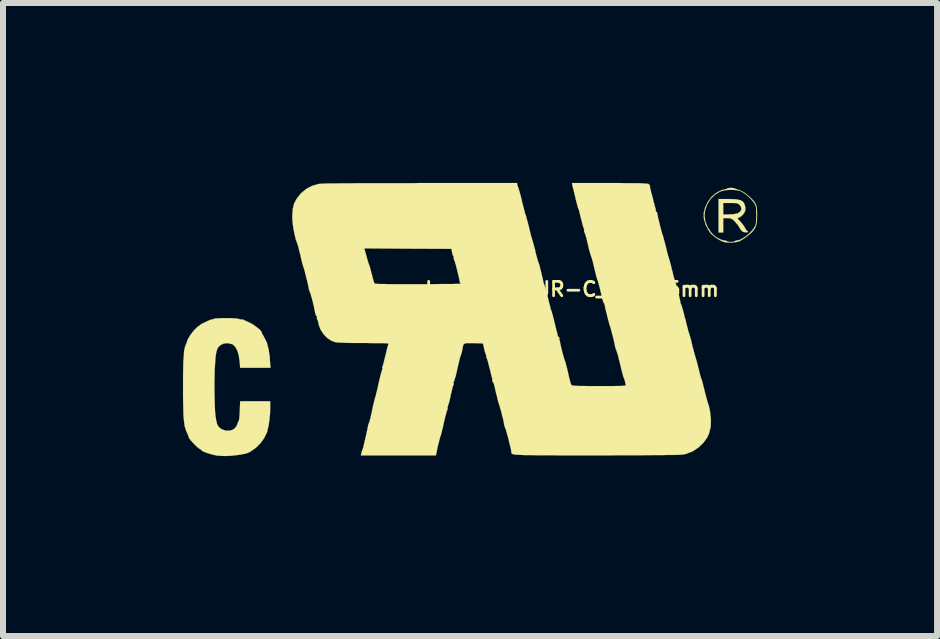
<source format=kicad_pcb>
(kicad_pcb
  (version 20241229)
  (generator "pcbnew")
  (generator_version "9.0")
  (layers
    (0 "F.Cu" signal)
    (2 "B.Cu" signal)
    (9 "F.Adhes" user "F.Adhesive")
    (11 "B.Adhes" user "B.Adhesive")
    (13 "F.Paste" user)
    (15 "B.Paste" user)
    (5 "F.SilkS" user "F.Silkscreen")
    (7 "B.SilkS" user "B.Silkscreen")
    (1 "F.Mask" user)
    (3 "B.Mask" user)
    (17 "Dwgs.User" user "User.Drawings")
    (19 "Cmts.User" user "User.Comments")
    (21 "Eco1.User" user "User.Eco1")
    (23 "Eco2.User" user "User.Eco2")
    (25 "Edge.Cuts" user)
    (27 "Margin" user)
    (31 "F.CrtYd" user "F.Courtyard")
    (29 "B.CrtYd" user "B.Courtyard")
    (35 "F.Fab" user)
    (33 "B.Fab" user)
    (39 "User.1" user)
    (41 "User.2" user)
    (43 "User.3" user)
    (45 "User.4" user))
  (footprint "Logo_silk_UR-C_10x4.5mm"
    (layer "F.Cu")
    (at 4.787 2.272)
    (property "Reference" "Logo_silk_UR-C_10x4.5mm" (at 1.7 -0.5 0) (layer "F.SilkS") (effects (font (size 0.239 0.239) (thickness 0.046))))
    (attr through_hole)
    (fp_poly (pts (xy 4.633 -1.46) (xy 4.623 -1.448) (xy 4.597 -1.448) (xy 4.564 -1.453) (xy 4.539 -1.463) (xy 4.531 -1.471) (xy 4.508 -1.499) (xy 4.488 -1.532) (xy 4.468 -1.565) (xy 4.435 -1.603) (xy 4.415 -1.628) (xy 4.381 -1.661) (xy 4.354 -1.676) (xy 4.323 -1.684) (xy 4.29 -1.684) (xy 4.221 -1.684) (xy 4.221 -1.565) (xy 4.221 -1.445) (xy 4.181 -1.445) (xy 4.143 -1.445) (xy 4.143 -1.725) (xy 4.143 -2.004) (xy 4.303 -2.004) (xy 4.392 -2.002) (xy 4.458 -1.996) (xy 4.508 -1.984) (xy 4.542 -1.966) (xy 4.567 -1.938) (xy 4.572 -1.925) (xy 4.592 -1.862) (xy 4.587 -1.803) (xy 4.554 -1.748) (xy 4.524 -1.72) (xy 4.524 -1.834) (xy 4.516 -1.875) (xy 4.496 -1.902) (xy 4.478 -1.92) (xy 4.458 -1.93) (xy 4.432 -1.935) (xy 4.392 -1.938) (xy 4.343 -1.938) (xy 4.221 -1.938) (xy 4.221 -1.841) (xy 4.221 -1.745) (xy 4.326 -1.748) (xy 4.381 -1.75) (xy 4.43 -1.758) (xy 4.46 -1.765) (xy 4.463 -1.765) (xy 4.506 -1.798) (xy 4.524 -1.834) (xy 4.524 -1.72) (xy 4.521 -1.717) (xy 4.491 -1.697) (xy 4.483 -1.694) (xy 4.465 -1.689) (xy 4.463 -1.679) (xy 4.473 -1.664) (xy 4.501 -1.633) (xy 4.506 -1.628) (xy 4.542 -1.587) (xy 4.572 -1.544) (xy 4.585 -1.521) (xy 4.602 -1.491) (xy 4.618 -1.473) (xy 4.62 -1.473) (xy 4.633 -1.463) (xy 4.633 -1.46)) (stroke (width 0.003) (type solid)) (fill yes) (layer "F.SilkS"))
    (fp_poly (pts (xy 4.785 -1.737) (xy 4.783 -1.648) (xy 4.773 -1.575) (xy 4.773 -1.722) (xy 4.773 -1.732) (xy 4.77 -1.798) (xy 4.77 -1.844) (xy 4.765 -1.877) (xy 4.755 -1.905) (xy 4.74 -1.933) (xy 4.737 -1.938) (xy 4.696 -1.989) (xy 4.643 -2.045) (xy 4.582 -2.093) (xy 4.524 -2.131) (xy 4.514 -2.134) (xy 4.46 -2.149) (xy 4.392 -2.156) (xy 4.315 -2.156) (xy 4.242 -2.149) (xy 4.178 -2.131) (xy 4.163 -2.126) (xy 4.079 -2.073) (xy 4.008 -2.002) (xy 3.952 -1.913) (xy 3.917 -1.808) (xy 3.909 -1.72) (xy 3.924 -1.626) (xy 3.962 -1.532) (xy 4.021 -1.445) (xy 4.041 -1.422) (xy 4.082 -1.384) (xy 4.135 -1.351) (xy 4.186 -1.326) (xy 4.232 -1.313) (xy 4.242 -1.313) (xy 4.27 -1.308) (xy 4.282 -1.3) (xy 4.298 -1.293) (xy 4.333 -1.288) (xy 4.348 -1.288) (xy 4.384 -1.29) (xy 4.409 -1.298) (xy 4.415 -1.3) (xy 4.432 -1.311) (xy 4.453 -1.313) (xy 4.496 -1.323) (xy 4.549 -1.351) (xy 4.608 -1.389) (xy 4.663 -1.438) (xy 4.709 -1.488) (xy 4.737 -1.527) (xy 4.752 -1.554) (xy 4.763 -1.582) (xy 4.768 -1.615) (xy 4.77 -1.659) (xy 4.773 -1.722) (xy 4.773 -1.575) (xy 4.75 -1.516) (xy 4.714 -1.466) (xy 4.663 -1.417) (xy 4.59 -1.361) (xy 4.572 -1.349) (xy 4.524 -1.318) (xy 4.486 -1.298) (xy 4.45 -1.288) (xy 4.407 -1.283) (xy 4.381 -1.28) (xy 4.328 -1.28) (xy 4.28 -1.28) (xy 4.249 -1.283) (xy 4.204 -1.298) (xy 4.145 -1.328) (xy 4.087 -1.367) (xy 4.039 -1.407) (xy 4.018 -1.425) (xy 3.97 -1.491) (xy 3.929 -1.57) (xy 3.904 -1.656) (xy 3.896 -1.687) (xy 3.896 -1.773) (xy 3.919 -1.862) (xy 3.96 -1.951) (xy 4.016 -2.029) (xy 4.039 -2.052) (xy 4.089 -2.095) (xy 4.148 -2.131) (xy 4.201 -2.154) (xy 4.244 -2.164) (xy 4.272 -2.169) (xy 4.282 -2.177) (xy 4.3 -2.184) (xy 4.333 -2.189) (xy 4.374 -2.189) (xy 4.407 -2.182) (xy 4.417 -2.177) (xy 4.445 -2.167) (xy 4.486 -2.154) (xy 4.493 -2.151) (xy 4.539 -2.131) (xy 4.592 -2.098) (xy 4.648 -2.052) (xy 4.699 -2.004) (xy 4.74 -1.958) (xy 4.755 -1.933) (xy 4.77 -1.902) (xy 4.778 -1.869) (xy 4.783 -1.826) (xy 4.785 -1.768) (xy 4.785 -1.737)) (stroke (width 0.003) (type solid)) (fill yes) (layer "F.SilkS"))
    (fp_poly (pts (xy -3.327 0.81) (xy -3.581 0.81) (xy -3.833 0.81) (xy -3.843 0.696) (xy -3.856 0.605) (xy -3.879 0.526) (xy -3.912 0.465) (xy -3.952 0.424) (xy -3.975 0.414) (xy -4.044 0.399) (xy -4.107 0.406) (xy -4.163 0.432) (xy -4.204 0.475) (xy -4.214 0.495) (xy -4.229 0.544) (xy -4.242 0.617) (xy -4.249 0.716) (xy -4.257 0.833) (xy -4.26 0.973) (xy -4.262 1.113) (xy -4.26 1.273) (xy -4.257 1.41) (xy -4.252 1.524) (xy -4.244 1.615) (xy -4.232 1.687) (xy -4.219 1.742) (xy -4.201 1.781) (xy -4.188 1.798) (xy -4.138 1.836) (xy -4.074 1.857) (xy -4.008 1.857) (xy -3.967 1.847) (xy -3.932 1.826) (xy -3.901 1.791) (xy -3.881 1.755) (xy -3.876 1.737) (xy -3.868 1.714) (xy -3.863 1.709) (xy -3.856 1.694) (xy -3.848 1.656) (xy -3.843 1.595) (xy -3.84 1.534) (xy -3.833 1.367) (xy -3.581 1.367) (xy -3.332 1.367) (xy -3.332 1.488) (xy -3.335 1.58) (xy -3.345 1.676) (xy -3.358 1.768) (xy -3.376 1.849) (xy -3.388 1.892) (xy -3.432 1.981) (xy -3.495 2.068) (xy -3.571 2.144) (xy -3.658 2.205) (xy -3.678 2.217) (xy -3.729 2.238) (xy -3.802 2.253) (xy -3.889 2.266) (xy -3.98 2.276) (xy -4.072 2.281) (xy -4.158 2.278) (xy -4.229 2.273) (xy -4.247 2.268) (xy -4.31 2.253) (xy -4.369 2.235) (xy -4.422 2.217) (xy -4.46 2.2) (xy -4.478 2.184) (xy -4.478 2.182) (xy -4.496 2.167) (xy -4.506 2.164) (xy -4.521 2.154) (xy -4.549 2.131) (xy -4.585 2.098) (xy -4.62 2.06) (xy -4.653 2.024) (xy -4.676 1.996) (xy -4.686 1.979) (xy -4.691 1.961) (xy -4.704 1.928) (xy -4.709 1.915) (xy -4.724 1.882) (xy -4.732 1.862) (xy -4.735 1.859) (xy -4.74 1.841) (xy -4.742 1.831) (xy -4.755 1.796) (xy -4.763 1.75) (xy -4.77 1.692) (xy -4.778 1.615) (xy -4.78 1.524) (xy -4.783 1.41) (xy -4.785 1.275) (xy -4.785 1.135) (xy -4.785 0.965) (xy -4.783 0.823) (xy -4.78 0.704) (xy -4.773 0.607) (xy -4.768 0.531) (xy -4.757 0.478) (xy -4.747 0.442) (xy -4.742 0.432) (xy -4.735 0.414) (xy -4.732 0.411) (xy -4.709 0.34) (xy -4.666 0.267) (xy -4.61 0.193) (xy -4.547 0.13) (xy -4.481 0.081) (xy -4.458 0.069) (xy -4.392 0.038) (xy -4.343 0.015) (xy -4.313 0.005) (xy -4.308 0.005) (xy -4.285 0) (xy -4.267 -0.008) (xy -4.242 -0.013) (xy -4.196 -0.015) (xy -4.138 -0.018) (xy -4.074 -0.018) (xy -4.006 -0.018) (xy -3.945 -0.015) (xy -3.894 -0.013) (xy -3.858 -0.005) (xy -3.848 -0.003) (xy -3.828 0.005) (xy -3.818 0.003) (xy -3.802 0.003) (xy -3.78 0.008) (xy -3.752 0.023) (xy -3.711 0.041) (xy -3.673 0.058) (xy -3.63 0.081) (xy -3.584 0.112) (xy -3.541 0.145) (xy -3.505 0.175) (xy -3.482 0.201) (xy -3.477 0.213) (xy -3.472 0.229) (xy -3.454 0.262) (xy -3.437 0.292) (xy -3.388 0.389) (xy -3.358 0.505) (xy -3.338 0.643) (xy -3.338 0.673) (xy -3.327 0.81)) (stroke (width 0.003) (type solid)) (fill yes) (layer "F.SilkS"))
    (fp_poly (pts (xy 4.016 1.681) (xy 4.011 1.801) (xy 3.983 1.908) (xy 3.955 1.971) (xy 3.889 2.062) (xy 3.805 2.141) (xy 3.708 2.205) (xy 3.602 2.245) (xy 3.551 2.256) (xy 3.526 2.258) (xy 3.472 2.261) (xy 3.399 2.263) (xy 3.299 2.263) (xy 3.18 2.266) (xy 3.04 2.266) (xy 2.88 2.268) (xy 2.705 2.268) (xy 2.512 2.268) (xy 2.304 2.271) (xy 2.101 2.271) (xy 1.875 2.271) (xy 1.676 2.271) (xy 1.501 2.271) (xy 1.349 2.268) (xy 1.214 2.268) (xy 1.102 2.268) (xy 1.006 2.266) (xy 0.925 2.266) (xy 0.861 2.263) (xy 0.81 2.261) (xy 0.77 2.258) (xy 0.739 2.256) (xy 0.716 2.25) (xy 0.704 2.245) (xy 0.696 2.24) (xy 0.691 2.235) (xy 0.688 2.228) (xy 0.688 2.217) (xy 0.686 2.195) (xy 0.678 2.151) (xy 0.663 2.095) (xy 0.648 2.032) (xy 0.632 1.966) (xy 0.615 1.908) (xy 0.602 1.859) (xy 0.592 1.826) (xy 0.589 1.824) (xy 0.577 1.791) (xy 0.569 1.768) (xy 0.569 1.765) (xy 0.566 1.745) (xy 0.559 1.704) (xy 0.546 1.648) (xy 0.531 1.59) (xy 0.518 1.534) (xy 0.503 1.486) (xy 0.493 1.45) (xy 0.49 1.44) (xy 0.48 1.412) (xy 0.465 1.361) (xy 0.45 1.295) (xy 0.429 1.214) (xy 0.409 1.125) (xy 0.399 1.085) (xy 0.389 1.057) (xy 0.381 1.049) (xy 0.371 1.036) (xy 0.371 1.024) (xy 0.371 0.993) (xy 0.366 0.98) (xy 0.361 0.96) (xy 0.351 0.922) (xy 0.338 0.866) (xy 0.323 0.81) (xy 0.307 0.747) (xy 0.295 0.696) (xy 0.282 0.658) (xy 0.274 0.64) (xy 0.267 0.62) (xy 0.269 0.612) (xy 0.269 0.597) (xy 0.267 0.594) (xy 0.259 0.579) (xy 0.249 0.546) (xy 0.236 0.5) (xy 0.236 0.498) (xy 0.216 0.404) (xy 0.056 0.399) (xy -0.01 0.399) (xy -0.056 0.399) (xy -0.086 0.404) (xy -0.104 0.417) (xy -0.117 0.442) (xy -0.124 0.483) (xy -0.132 0.523) (xy -0.142 0.566) (xy -0.152 0.597) (xy -0.155 0.602) (xy -0.155 -0.592) (xy -0.17 -0.61) (xy -0.17 -0.617) (xy -0.175 -0.643) (xy -0.183 -0.683) (xy -0.196 -0.739) (xy -0.211 -0.8) (xy -0.226 -0.861) (xy -0.241 -0.917) (xy -0.254 -0.96) (xy -0.264 -0.986) (xy -0.267 -0.991) (xy -0.274 -1.016) (xy -0.272 -1.029) (xy -0.272 -1.044) (xy -0.277 -1.046) (xy -0.284 -1.059) (xy -0.295 -1.09) (xy -0.3 -1.11) (xy -0.31 -1.173) (xy -1.036 -1.176) (xy -1.763 -1.181) (xy -1.727 -1.052) (xy -1.712 -0.996) (xy -1.699 -0.953) (xy -1.689 -0.922) (xy -1.687 -0.914) (xy -1.679 -0.899) (xy -1.669 -0.866) (xy -1.661 -0.836) (xy -1.646 -0.777) (xy -1.628 -0.714) (xy -1.623 -0.688) (xy -1.61 -0.645) (xy -1.6 -0.612) (xy -1.598 -0.599) (xy -1.59 -0.597) (xy -1.575 -0.592) (xy -1.542 -0.589) (xy -1.496 -0.587) (xy -1.433 -0.587) (xy -1.351 -0.584) (xy -1.25 -0.584) (xy -1.128 -0.584) (xy -0.98 -0.584) (xy -0.866 -0.584) (xy -0.729 -0.584) (xy -0.602 -0.584) (xy -0.488 -0.587) (xy -0.386 -0.587) (xy -0.3 -0.587) (xy -0.231 -0.589) (xy -0.183 -0.589) (xy -0.157 -0.592) (xy -0.155 -0.592) (xy -0.155 0.602) (xy -0.157 0.61) (xy -0.163 0.625) (xy -0.173 0.66) (xy -0.185 0.714) (xy -0.201 0.777) (xy -0.211 0.823) (xy -0.226 0.892) (xy -0.241 0.955) (xy -0.257 1.001) (xy -0.264 1.031) (xy -0.269 1.036) (xy -0.277 1.054) (xy -0.274 1.064) (xy -0.272 1.09) (xy -0.277 1.095) (xy -0.284 1.113) (xy -0.295 1.151) (xy -0.307 1.204) (xy -0.323 1.265) (xy -0.323 1.273) (xy -0.338 1.339) (xy -0.351 1.392) (xy -0.363 1.43) (xy -0.371 1.45) (xy -0.376 1.473) (xy -0.373 1.481) (xy -0.376 1.506) (xy -0.381 1.516) (xy -0.389 1.534) (xy -0.399 1.575) (xy -0.414 1.628) (xy -0.429 1.694) (xy -0.437 1.725) (xy -0.452 1.796) (xy -0.467 1.857) (xy -0.48 1.908) (xy -0.488 1.938) (xy -0.49 1.946) (xy -0.5 1.968) (xy -0.511 2.012) (xy -0.523 2.065) (xy -0.531 2.09) (xy -0.544 2.146) (xy -0.554 2.197) (xy -0.561 2.233) (xy -0.564 2.24) (xy -0.569 2.271) (xy -1.196 2.271) (xy -1.821 2.271) (xy -1.811 2.228) (xy -1.801 2.192) (xy -1.791 2.172) (xy -1.791 2.169) (xy -1.786 2.154) (xy -1.775 2.113) (xy -1.763 2.06) (xy -1.748 1.994) (xy -1.73 1.92) (xy -1.714 1.844) (xy -1.704 1.791) (xy -1.697 1.758) (xy -1.687 1.732) (xy -1.679 1.714) (xy -1.669 1.676) (xy -1.656 1.623) (xy -1.641 1.557) (xy -1.633 1.519) (xy -1.618 1.448) (xy -1.603 1.384) (xy -1.59 1.333) (xy -1.582 1.3) (xy -1.577 1.293) (xy -1.572 1.273) (xy -1.562 1.229) (xy -1.547 1.171) (xy -1.532 1.102) (xy -1.527 1.074) (xy -1.509 1.003) (xy -1.494 0.94) (xy -1.481 0.892) (xy -1.473 0.859) (xy -1.468 0.851) (xy -1.46 0.826) (xy -1.463 0.813) (xy -1.466 0.798) (xy -1.46 0.79) (xy -1.453 0.772) (xy -1.443 0.734) (xy -1.43 0.681) (xy -1.415 0.617) (xy -1.412 0.61) (xy -1.397 0.546) (xy -1.384 0.49) (xy -1.372 0.45) (xy -1.367 0.429) (xy -1.364 0.429) (xy -1.359 0.411) (xy -1.361 0.406) (xy -1.377 0.404) (xy -1.415 0.401) (xy -1.473 0.399) (xy -1.549 0.399) (xy -1.636 0.399) (xy -1.735 0.396) (xy -1.773 0.396) (xy -1.877 0.396) (xy -1.976 0.396) (xy -2.065 0.394) (xy -2.141 0.391) (xy -2.2 0.389) (xy -2.238 0.384) (xy -2.243 0.384) (xy -2.314 0.358) (xy -2.383 0.312) (xy -2.443 0.249) (xy -2.492 0.175) (xy -2.522 0.097) (xy -2.527 0.069) (xy -2.535 0.033) (xy -2.545 0.01) (xy -2.548 0.005) (xy -2.555 -0.008) (xy -2.553 -0.025) (xy -2.553 -0.046) (xy -2.558 -0.051) (xy -2.57 -0.064) (xy -2.578 -0.091) (xy -2.581 -0.094) (xy -2.591 -0.147) (xy -2.603 -0.208) (xy -2.619 -0.274) (xy -2.634 -0.335) (xy -2.649 -0.386) (xy -2.659 -0.424) (xy -2.667 -0.442) (xy -2.677 -0.465) (xy -2.687 -0.5) (xy -2.687 -0.503) (xy -2.7 -0.566) (xy -2.715 -0.635) (xy -2.733 -0.701) (xy -2.748 -0.765) (xy -2.761 -0.815) (xy -2.771 -0.848) (xy -2.774 -0.856) (xy -2.781 -0.879) (xy -2.794 -0.919) (xy -2.809 -0.978) (xy -2.824 -1.044) (xy -2.827 -1.062) (xy -2.845 -1.13) (xy -2.86 -1.194) (xy -2.875 -1.245) (xy -2.885 -1.278) (xy -2.888 -1.28) (xy -2.908 -1.339) (xy -2.926 -1.415) (xy -2.944 -1.504) (xy -2.957 -1.593) (xy -2.964 -1.676) (xy -2.964 -1.725) (xy -2.957 -1.834) (xy -2.934 -1.928) (xy -2.891 -2.009) (xy -2.827 -2.09) (xy -2.817 -2.101) (xy -2.728 -2.174) (xy -2.631 -2.225) (xy -2.52 -2.256) (xy -2.517 -2.256) (xy -2.492 -2.258) (xy -2.438 -2.261) (xy -2.362 -2.263) (xy -2.261 -2.263) (xy -2.136 -2.266) (xy -1.991 -2.266) (xy -1.824 -2.268) (xy -1.633 -2.268) (xy -1.427 -2.268) (xy -1.199 -2.268) (xy -0.955 -2.268) (xy -0.826 -2.271) (xy 0.782 -2.271) (xy 0.79 -2.233) (xy 0.8 -2.202) (xy 0.808 -2.184) (xy 0.815 -2.159) (xy 0.815 -2.156) (xy 0.823 -2.134) (xy 0.826 -2.123) (xy 0.831 -2.103) (xy 0.843 -2.062) (xy 0.856 -2.009) (xy 0.871 -1.943) (xy 0.874 -1.93) (xy 0.892 -1.864) (xy 0.907 -1.806) (xy 0.919 -1.76) (xy 0.927 -1.735) (xy 0.93 -1.732) (xy 0.937 -1.709) (xy 0.947 -1.666) (xy 0.963 -1.61) (xy 0.98 -1.544) (xy 0.983 -1.532) (xy 0.998 -1.466) (xy 1.013 -1.407) (xy 1.026 -1.361) (xy 1.034 -1.336) (xy 1.034 -1.333) (xy 1.041 -1.311) (xy 1.054 -1.267) (xy 1.069 -1.212) (xy 1.087 -1.146) (xy 1.087 -1.14) (xy 1.102 -1.074) (xy 1.118 -1.019) (xy 1.13 -0.973) (xy 1.14 -0.95) (xy 1.14 -0.947) (xy 1.148 -0.925) (xy 1.161 -0.884) (xy 1.173 -0.831) (xy 1.189 -0.772) (xy 1.201 -0.714) (xy 1.214 -0.665) (xy 1.219 -0.632) (xy 1.222 -0.622) (xy 1.227 -0.602) (xy 1.24 -0.569) (xy 1.24 -0.566) (xy 1.25 -0.536) (xy 1.265 -0.488) (xy 1.28 -0.427) (xy 1.298 -0.358) (xy 1.3 -0.351) (xy 1.316 -0.284) (xy 1.331 -0.229) (xy 1.341 -0.183) (xy 1.349 -0.16) (xy 1.349 -0.157) (xy 1.359 -0.132) (xy 1.361 -0.124) (xy 1.367 -0.102) (xy 1.372 -0.091) (xy 1.377 -0.071) (xy 1.387 -0.03) (xy 1.4 0.02) (xy 1.412 0.071) (xy 1.427 0.132) (xy 1.44 0.185) (xy 1.45 0.221) (xy 1.455 0.239) (xy 1.46 0.267) (xy 1.46 0.274) (xy 1.468 0.29) (xy 1.473 0.292) (xy 1.486 0.302) (xy 1.486 0.31) (xy 1.488 0.333) (xy 1.499 0.376) (xy 1.509 0.429) (xy 1.524 0.49) (xy 1.539 0.551) (xy 1.554 0.607) (xy 1.567 0.65) (xy 1.575 0.678) (xy 1.577 0.683) (xy 1.585 0.699) (xy 1.595 0.737) (xy 1.61 0.792) (xy 1.626 0.859) (xy 1.633 0.889) (xy 1.648 0.958) (xy 1.664 1.019) (xy 1.676 1.064) (xy 1.687 1.092) (xy 1.689 1.097) (xy 1.699 1.102) (xy 1.722 1.107) (xy 1.76 1.11) (xy 1.816 1.113) (xy 1.892 1.113) (xy 1.991 1.115) (xy 2.111 1.115) (xy 2.151 1.115) (xy 2.273 1.115) (xy 2.372 1.115) (xy 2.449 1.113) (xy 2.504 1.113) (xy 2.545 1.11) (xy 2.573 1.107) (xy 2.588 1.105) (xy 2.596 1.1) (xy 2.596 1.095) (xy 2.596 1.092) (xy 2.588 1.062) (xy 2.581 1.029) (xy 2.57 0.996) (xy 2.563 0.975) (xy 2.555 0.958) (xy 2.545 0.919) (xy 2.53 0.866) (xy 2.515 0.803) (xy 2.51 0.782) (xy 2.494 0.716) (xy 2.479 0.658) (xy 2.469 0.612) (xy 2.461 0.587) (xy 2.459 0.584) (xy 2.451 0.556) (xy 2.449 0.551) (xy 2.443 0.528) (xy 2.431 0.5) (xy 2.421 0.47) (xy 2.416 0.45) (xy 2.413 0.427) (xy 2.403 0.386) (xy 2.393 0.335) (xy 2.377 0.277) (xy 2.362 0.218) (xy 2.349 0.17) (xy 2.339 0.137) (xy 2.337 0.124) (xy 2.327 0.102) (xy 2.316 0.058) (xy 2.301 0.005) (xy 2.286 -0.056) (xy 2.271 -0.117) (xy 2.256 -0.173) (xy 2.248 -0.218) (xy 2.243 -0.241) (xy 2.243 -0.244) (xy 2.238 -0.262) (xy 2.233 -0.264) (xy 2.225 -0.277) (xy 2.215 -0.307) (xy 2.205 -0.34) (xy 2.179 -0.45) (xy 2.159 -0.536) (xy 2.141 -0.602) (xy 2.129 -0.643) (xy 2.123 -0.655) (xy 2.116 -0.678) (xy 2.103 -0.721) (xy 2.09 -0.777) (xy 2.073 -0.843) (xy 2.07 -0.856) (xy 2.055 -0.922) (xy 2.04 -0.98) (xy 2.027 -1.026) (xy 2.017 -1.052) (xy 2.017 -1.054) (xy 2.009 -1.077) (xy 1.996 -1.12) (xy 1.981 -1.176) (xy 1.966 -1.242) (xy 1.963 -1.252) (xy 1.948 -1.318) (xy 1.933 -1.374) (xy 1.92 -1.417) (xy 1.91 -1.44) (xy 1.908 -1.443) (xy 1.9 -1.468) (xy 1.902 -1.478) (xy 1.902 -1.501) (xy 1.897 -1.509) (xy 1.892 -1.524) (xy 1.88 -1.562) (xy 1.867 -1.613) (xy 1.852 -1.671) (xy 1.836 -1.732) (xy 1.824 -1.786) (xy 1.814 -1.821) (xy 1.806 -1.839) (xy 1.798 -1.862) (xy 1.798 -1.864) (xy 1.791 -1.887) (xy 1.788 -1.897) (xy 1.783 -1.918) (xy 1.773 -1.956) (xy 1.76 -2.009) (xy 1.745 -2.073) (xy 1.73 -2.136) (xy 1.714 -2.197) (xy 1.704 -2.24) (xy 1.699 -2.271) (xy 2.329 -2.271) (xy 2.479 -2.271) (xy 2.603 -2.268) (xy 2.705 -2.268) (xy 2.786 -2.268) (xy 2.852 -2.266) (xy 2.901 -2.263) (xy 2.936 -2.261) (xy 2.959 -2.258) (xy 2.974 -2.256) (xy 2.982 -2.25) (xy 2.997 -2.228) (xy 3 -2.212) (xy 3.002 -2.187) (xy 3.005 -2.177) (xy 3.01 -2.156) (xy 3.02 -2.116) (xy 3.035 -2.062) (xy 3.048 -2.012) (xy 3.063 -1.951) (xy 3.076 -1.9) (xy 3.086 -1.864) (xy 3.091 -1.852) (xy 3.096 -1.826) (xy 3.096 -1.814) (xy 3.099 -1.796) (xy 3.106 -1.791) (xy 3.119 -1.781) (xy 3.119 -1.77) (xy 3.124 -1.75) (xy 3.132 -1.707) (xy 3.145 -1.651) (xy 3.16 -1.59) (xy 3.175 -1.529) (xy 3.19 -1.473) (xy 3.203 -1.427) (xy 3.211 -1.402) (xy 3.213 -1.4) (xy 3.221 -1.377) (xy 3.231 -1.333) (xy 3.246 -1.278) (xy 3.264 -1.212) (xy 3.266 -1.201) (xy 3.282 -1.135) (xy 3.297 -1.077) (xy 3.31 -1.034) (xy 3.317 -1.008) (xy 3.325 -0.988) (xy 3.335 -0.947) (xy 3.35 -0.892) (xy 3.365 -0.826) (xy 3.373 -0.803) (xy 3.388 -0.734) (xy 3.404 -0.678) (xy 3.416 -0.635) (xy 3.421 -0.612) (xy 3.424 -0.61) (xy 3.429 -0.594) (xy 3.442 -0.561) (xy 3.454 -0.513) (xy 3.467 -0.46) (xy 3.482 -0.401) (xy 3.493 -0.351) (xy 3.503 -0.312) (xy 3.505 -0.29) (xy 3.51 -0.269) (xy 3.523 -0.236) (xy 3.523 -0.234) (xy 3.533 -0.206) (xy 3.548 -0.157) (xy 3.564 -0.097) (xy 3.581 -0.025) (xy 3.592 0.005) (xy 3.607 0.076) (xy 3.625 0.14) (xy 3.637 0.191) (xy 3.647 0.224) (xy 3.65 0.231) (xy 3.658 0.254) (xy 3.67 0.297) (xy 3.686 0.353) (xy 3.701 0.419) (xy 3.703 0.432) (xy 3.721 0.498) (xy 3.736 0.556) (xy 3.749 0.602) (xy 3.757 0.627) (xy 3.757 0.63) (xy 3.764 0.653) (xy 3.777 0.696) (xy 3.792 0.752) (xy 3.807 0.815) (xy 3.81 0.823) (xy 3.825 0.886) (xy 3.84 0.945) (xy 3.853 0.988) (xy 3.863 1.013) (xy 3.871 1.036) (xy 3.881 1.079) (xy 3.896 1.138) (xy 3.914 1.204) (xy 3.917 1.222) (xy 3.934 1.288) (xy 3.95 1.344) (xy 3.962 1.387) (xy 3.97 1.412) (xy 3.97 1.415) (xy 3.978 1.433) (xy 3.988 1.471) (xy 3.998 1.521) (xy 4.003 1.554) (xy 4.016 1.681)) (stroke (width 0.003) (type solid)) (fill yes) (layer "F.SilkS")))
  (gr_rect
    (start -3 -3)
    (end 12.573 7.554)
    (stroke (width 0.1) (type default))
    (fill no)
    (layer "Edge.Cuts")))
</source>
